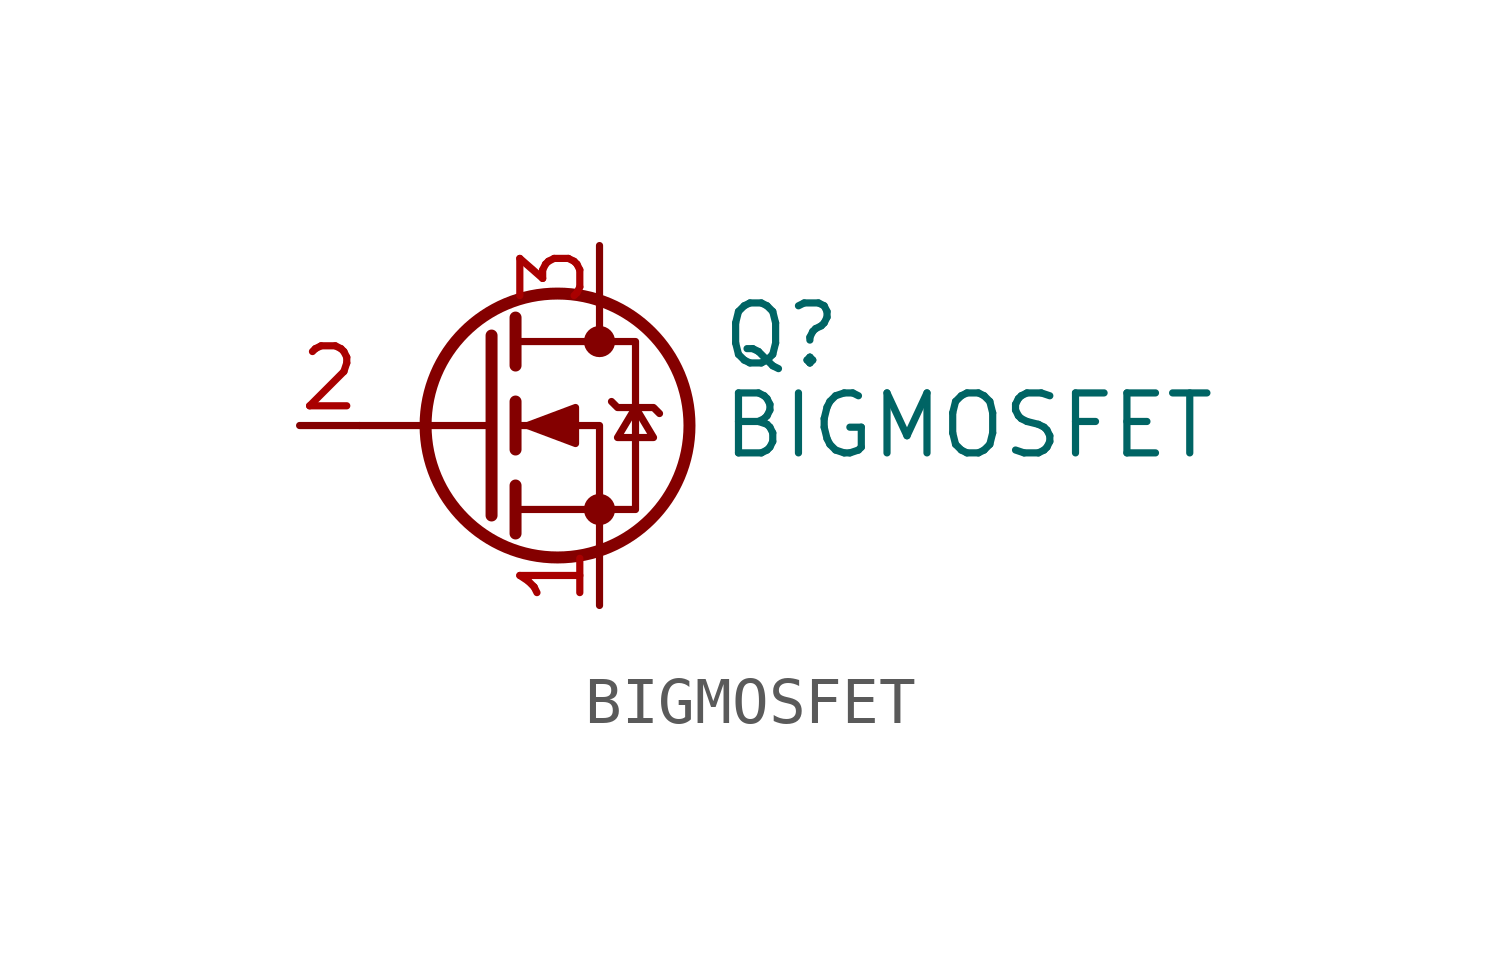
<source format=kicad_sym>
(kicad_symbol_lib
  (version 20241209)
  (generator "kicad_symbol_editor")
  (generator_version "9.0")
  (symbol "BIGMOSFET"
    (pin_names
      (hide yes))
    (property "Reference" "Q"
      (at 5.08 1.905 0)
      (effects (font (size 1.27 1.27)) (justify left)))
    (property "Value" "BIGMOSFET"
      (at 5.08 0 0)
      (effects (font (size 1.27 1.27)) (justify left)))
    (symbol "BIGMOSFET_0_1"
      (polyline (pts (xy 0.254 1.905) (xy 0.254 -1.905)) (stroke (width 0.254) (type default)) (fill (type none)))
      (polyline (pts (xy 0.254 0) (xy -2.54 0)) (stroke (width 0) (type default)) (fill (type none)))
      (polyline (pts (xy 0.762 2.286) (xy 0.762 1.27)) (stroke (width 0.254) (type default)) (fill (type none)))
      (polyline (pts (xy 0.762 0.508) (xy 0.762 -0.508)) (stroke (width 0.254) (type default)) (fill (type none)))
      (polyline (pts (xy 0.762 -1.27) (xy 0.762 -2.286)) (stroke (width 0.254) (type default)) (fill (type none)))
      (polyline (pts (xy 0.762 -1.778) (xy 3.302 -1.778) (xy 3.302 1.778) (xy 0.762 1.778)) (stroke (width 0) (type default)) (fill (type none)))
      (polyline (pts (xy 1.016 0) (xy 2.032 0.381) (xy 2.032 -0.381) (xy 1.016 0)) (stroke (width 0) (type default)) (fill (type outline)))
      (circle (center 1.651 0) (radius 2.794) (stroke (width 0.254) (type default)) (fill (type none)))
      (polyline (pts (xy 2.54 2.54) (xy 2.54 1.778)) (stroke (width 0) (type default)) (fill (type none)))
      (circle (center 2.54 1.778) (radius 0.254) (stroke (width 0) (type default)) (fill (type outline)))
      (circle (center 2.54 -1.778) (radius 0.254) (stroke (width 0) (type default)) (fill (type outline)))
      (polyline (pts (xy 2.54 -2.54) (xy 2.54 0) (xy 0.762 0)) (stroke (width 0) (type default)) (fill (type none)))
      (polyline (pts (xy 2.794 0.508) (xy 2.921 0.381) (xy 3.683 0.381) (xy 3.81 0.254)) (stroke (width 0) (type default)) (fill (type none)))
      (polyline (pts (xy 3.302 0.381) (xy 2.921 -0.254) (xy 3.683 -0.254) (xy 3.302 0.381)) (stroke (width 0) (type default)) (fill (type none))))
    (symbol "BIGMOSFET_1_1"
      (pin input line (at -3.81 0 0) (length 1.27) (name "G" (effects (font (size 1.27 1.27)))) (number "2" (effects (font (size 1.27 1.27)))))
      (pin passive line (at 2.54 3.81 270) (length 1.27) (name "D" (effects (font (size 1.27 1.27)))) (number "3" (effects (font (size 1.27 1.27)))))
      (pin passive line (at 2.54 3.81 270) (length 1.27) (hide yes) (name "D" (effects (font (size 1.27 1.27)))) (number "4" (effects (font (size 1.27 1.27)))))
      (pin passive line (at 2.54 -3.81 90) (length 1.27) (name "S" (effects (font (size 1.27 1.27)))) (number "1" (effects (font (size 1.27 1.27)))))
      (pin passive line (at 2.54 -3.81 90) (length 1.27) (hide yes) (name "S" (effects (font (size 1.27 1.27)))) (number "5" (effects (font (size 1.27 1.27)))))
      (pin passive line (at 2.54 -3.81 90) (length 1.27) (hide yes) (name "S" (effects (font (size 1.27 1.27)))) (number "6" (effects (font (size 1.27 1.27))))))))
</source>
